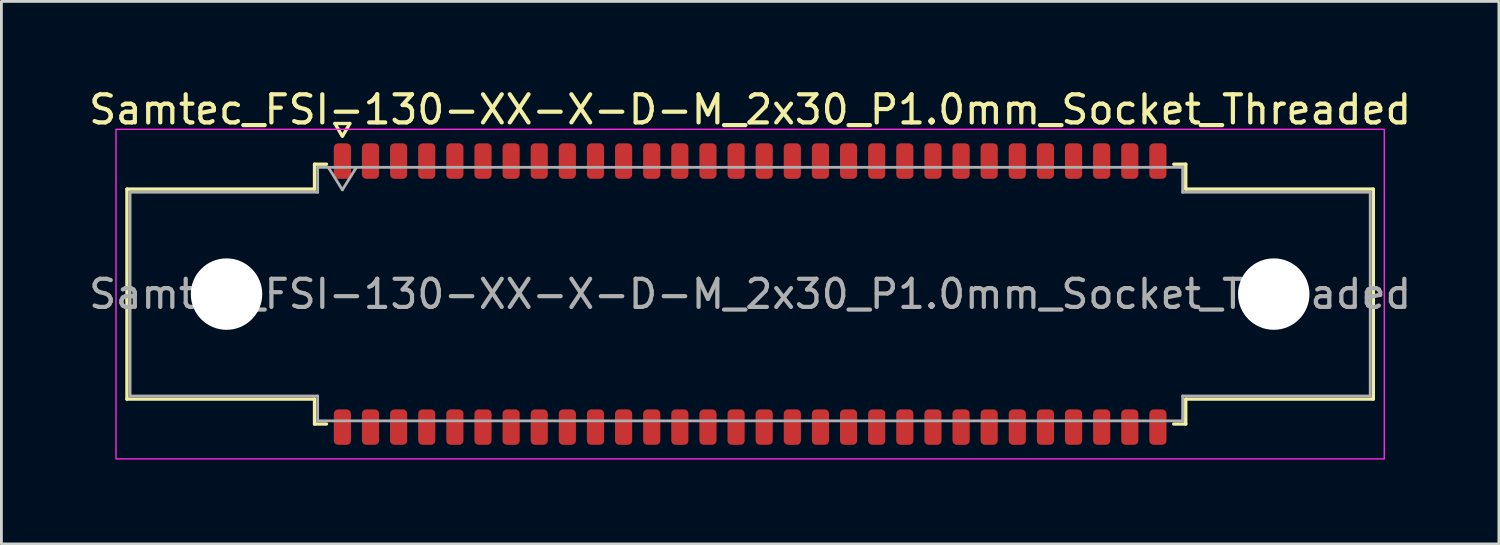
<source format=kicad_pcb>
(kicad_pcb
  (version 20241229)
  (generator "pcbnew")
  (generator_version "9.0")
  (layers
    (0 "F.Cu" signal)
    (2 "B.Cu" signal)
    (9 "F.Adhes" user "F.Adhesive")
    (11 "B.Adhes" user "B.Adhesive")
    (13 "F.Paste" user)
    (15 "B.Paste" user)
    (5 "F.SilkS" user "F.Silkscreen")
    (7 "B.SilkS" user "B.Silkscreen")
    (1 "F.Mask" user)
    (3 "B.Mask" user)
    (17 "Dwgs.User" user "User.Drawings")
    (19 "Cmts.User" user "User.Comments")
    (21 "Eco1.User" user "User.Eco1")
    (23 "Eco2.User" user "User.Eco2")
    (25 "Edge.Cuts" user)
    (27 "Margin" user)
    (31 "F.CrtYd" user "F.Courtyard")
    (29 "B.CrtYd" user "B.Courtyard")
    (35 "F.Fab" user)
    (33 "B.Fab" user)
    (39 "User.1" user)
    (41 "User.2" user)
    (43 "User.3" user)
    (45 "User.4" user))
  (footprint "Samtec_FSI-130-XX-X-D-M_2x30_P1.0mm_Socket_Threaded"
    (layer "F.Cu")
    (at 23.625 7.408)
    (property "Reference" "Samtec_FSI-130-XX-X-D-M_2x30_P1.0mm_Socket_Threaded" (at 0 -6.56 0) (layer "F.SilkS") (effects (font (size 1 1) (thickness 0.15))))
    (attr smd)
    (fp_line (start -22.16 -3.733) (end -15.49 -3.733) (stroke (width 0.12) (type solid)) (layer "F.SilkS"))
    (fp_line (start -22.16 3.733) (end -22.16 -3.733) (stroke (width 0.12) (type solid)) (layer "F.SilkS"))
    (fp_line (start -15.49 -4.619) (end -15.065 -4.619) (stroke (width 0.12) (type solid)) (layer "F.SilkS"))
    (fp_line (start -15.49 -3.733) (end -15.49 -4.619) (stroke (width 0.12) (type solid)) (layer "F.SilkS"))
    (fp_line (start -15.49 3.733) (end -22.16 3.733) (stroke (width 0.12) (type solid)) (layer "F.SilkS"))
    (fp_line (start -15.49 4.619) (end -15.49 3.733) (stroke (width 0.12) (type solid)) (layer "F.SilkS"))
    (fp_line (start -15.065 4.619) (end -15.49 4.619) (stroke (width 0.12) (type solid)) (layer "F.SilkS"))
    (fp_line (start -14.764 -6.066) (end -14.507 -5.62) (stroke (width 0.12) (type solid)) (layer "F.SilkS"))
    (fp_line (start -14.493 -5.62) (end -14.236 -6.066) (stroke (width 0.12) (type solid)) (layer "F.SilkS"))
    (fp_line (start -14.236 -6.066) (end -14.764 -6.066) (stroke (width 0.12) (type solid)) (layer "F.SilkS"))
    (fp_line (start 15.065 -4.619) (end 15.49 -4.619) (stroke (width 0.12) (type solid)) (layer "F.SilkS"))
    (fp_line (start 15.49 -4.619) (end 15.49 -3.733) (stroke (width 0.12) (type solid)) (layer "F.SilkS"))
    (fp_line (start 15.49 -3.733) (end 22.16 -3.733) (stroke (width 0.12) (type solid)) (layer "F.SilkS"))
    (fp_line (start 15.49 3.733) (end 15.49 4.619) (stroke (width 0.12) (type solid)) (layer "F.SilkS"))
    (fp_line (start 15.49 4.619) (end 15.065 4.619) (stroke (width 0.12) (type solid)) (layer "F.SilkS"))
    (fp_line (start 22.16 -3.733) (end 22.16 3.733) (stroke (width 0.12) (type solid)) (layer "F.SilkS"))
    (fp_line (start 22.16 3.733) (end 15.49 3.733) (stroke (width 0.12) (type solid)) (layer "F.SilkS"))
    (fp_rect (start -22.55 -5.86) (end 22.55 5.86) (stroke (width 0.05) (type solid)) (fill no) (layer "F.CrtYd"))
    (fp_line (start -22.05 -3.623) (end -15.38 -3.623) (stroke (width 0.1) (type solid)) (layer "F.Fab"))
    (fp_line (start -22.05 3.623) (end -22.05 -3.623) (stroke (width 0.1) (type solid)) (layer "F.Fab"))
    (fp_line (start -15.38 -4.508) (end 15.38 -4.508) (stroke (width 0.1) (type solid)) (layer "F.Fab"))
    (fp_line (start -15.38 -3.623) (end -15.38 -4.508) (stroke (width 0.1) (type solid)) (layer "F.Fab"))
    (fp_line (start -15.38 3.623) (end -22.05 3.623) (stroke (width 0.1) (type solid)) (layer "F.Fab"))
    (fp_line (start -15.38 4.508) (end -15.38 3.623) (stroke (width 0.1) (type solid)) (layer "F.Fab"))
    (fp_line (start -15 -4.508) (end -14.5 -3.708) (stroke (width 0.1) (type solid)) (layer "F.Fab"))
    (fp_line (start -14.5 -3.708) (end -14 -4.508) (stroke (width 0.1) (type solid)) (layer "F.Fab"))
    (fp_line (start 15.38 -4.508) (end 15.38 -3.623) (stroke (width 0.1) (type solid)) (layer "F.Fab"))
    (fp_line (start 15.38 -3.623) (end 22.05 -3.623) (stroke (width 0.1) (type solid)) (layer "F.Fab"))
    (fp_line (start 15.38 3.623) (end 15.38 4.508) (stroke (width 0.1) (type solid)) (layer "F.Fab"))
    (fp_line (start 15.38 4.508) (end -15.38 4.508) (stroke (width 0.1) (type solid)) (layer "F.Fab"))
    (fp_line (start 22.05 -3.623) (end 22.05 3.623) (stroke (width 0.1) (type solid)) (layer "F.Fab"))
    (fp_line (start 22.05 3.623) (end 15.38 3.623) (stroke (width 0.1) (type solid)) (layer "F.Fab"))
    (fp_text user "${REFERENCE}" (at 0 0 0) (layer "F.Fab") (effects (font (size 1 1) (thickness 0.15))))
    (pad "" np_thru_hole circle (at -18.62 0) (size 2.54 2.54) (drill 2.54) (layers "*.Cu" "*.Mask"))
    (pad "" np_thru_hole circle (at 18.62 0) (size 2.54 2.54) (drill 2.54) (layers "*.Cu" "*.Mask"))
    (pad "1" smd roundrect (at -14.5 -4.73) (size 0.61 1.26) (layers "F.Cu" "F.Mask" "F.Paste") (roundrect_rratio 0.25))
    (pad "2" smd roundrect (at -14.5 4.73) (size 0.61 1.26) (layers "F.Cu" "F.Mask" "F.Paste") (roundrect_rratio 0.25))
    (pad "3" smd roundrect (at -13.5 -4.73) (size 0.61 1.26) (layers "F.Cu" "F.Mask" "F.Paste") (roundrect_rratio 0.25))
    (pad "4" smd roundrect (at -13.5 4.73) (size 0.61 1.26) (layers "F.Cu" "F.Mask" "F.Paste") (roundrect_rratio 0.25))
    (pad "5" smd roundrect (at -12.5 -4.73) (size 0.61 1.26) (layers "F.Cu" "F.Mask" "F.Paste") (roundrect_rratio 0.25))
    (pad "6" smd roundrect (at -12.5 4.73) (size 0.61 1.26) (layers "F.Cu" "F.Mask" "F.Paste") (roundrect_rratio 0.25))
    (pad "7" smd roundrect (at -11.5 -4.73) (size 0.61 1.26) (layers "F.Cu" "F.Mask" "F.Paste") (roundrect_rratio 0.25))
    (pad "8" smd roundrect (at -11.5 4.73) (size 0.61 1.26) (layers "F.Cu" "F.Mask" "F.Paste") (roundrect_rratio 0.25))
    (pad "9" smd roundrect (at -10.5 -4.73) (size 0.61 1.26) (layers "F.Cu" "F.Mask" "F.Paste") (roundrect_rratio 0.25))
    (pad "10" smd roundrect (at -10.5 4.73) (size 0.61 1.26) (layers "F.Cu" "F.Mask" "F.Paste") (roundrect_rratio 0.25))
    (pad "11" smd roundrect (at -9.5 -4.73) (size 0.61 1.26) (layers "F.Cu" "F.Mask" "F.Paste") (roundrect_rratio 0.25))
    (pad "12" smd roundrect (at -9.5 4.73) (size 0.61 1.26) (layers "F.Cu" "F.Mask" "F.Paste") (roundrect_rratio 0.25))
    (pad "13" smd roundrect (at -8.5 -4.73) (size 0.61 1.26) (layers "F.Cu" "F.Mask" "F.Paste") (roundrect_rratio 0.25))
    (pad "14" smd roundrect (at -8.5 4.73) (size 0.61 1.26) (layers "F.Cu" "F.Mask" "F.Paste") (roundrect_rratio 0.25))
    (pad "15" smd roundrect (at -7.5 -4.73) (size 0.61 1.26) (layers "F.Cu" "F.Mask" "F.Paste") (roundrect_rratio 0.25))
    (pad "16" smd roundrect (at -7.5 4.73) (size 0.61 1.26) (layers "F.Cu" "F.Mask" "F.Paste") (roundrect_rratio 0.25))
    (pad "17" smd roundrect (at -6.5 -4.73) (size 0.61 1.26) (layers "F.Cu" "F.Mask" "F.Paste") (roundrect_rratio 0.25))
    (pad "18" smd roundrect (at -6.5 4.73) (size 0.61 1.26) (layers "F.Cu" "F.Mask" "F.Paste") (roundrect_rratio 0.25))
    (pad "19" smd roundrect (at -5.5 -4.73) (size 0.61 1.26) (layers "F.Cu" "F.Mask" "F.Paste") (roundrect_rratio 0.25))
    (pad "20" smd roundrect (at -5.5 4.73) (size 0.61 1.26) (layers "F.Cu" "F.Mask" "F.Paste") (roundrect_rratio 0.25))
    (pad "21" smd roundrect (at -4.5 -4.73) (size 0.61 1.26) (layers "F.Cu" "F.Mask" "F.Paste") (roundrect_rratio 0.25))
    (pad "22" smd roundrect (at -4.5 4.73) (size 0.61 1.26) (layers "F.Cu" "F.Mask" "F.Paste") (roundrect_rratio 0.25))
    (pad "23" smd roundrect (at -3.5 -4.73) (size 0.61 1.26) (layers "F.Cu" "F.Mask" "F.Paste") (roundrect_rratio 0.25))
    (pad "24" smd roundrect (at -3.5 4.73) (size 0.61 1.26) (layers "F.Cu" "F.Mask" "F.Paste") (roundrect_rratio 0.25))
    (pad "25" smd roundrect (at -2.5 -4.73) (size 0.61 1.26) (layers "F.Cu" "F.Mask" "F.Paste") (roundrect_rratio 0.25))
    (pad "26" smd roundrect (at -2.5 4.73) (size 0.61 1.26) (layers "F.Cu" "F.Mask" "F.Paste") (roundrect_rratio 0.25))
    (pad "27" smd roundrect (at -1.5 -4.73) (size 0.61 1.26) (layers "F.Cu" "F.Mask" "F.Paste") (roundrect_rratio 0.25))
    (pad "28" smd roundrect (at -1.5 4.73) (size 0.61 1.26) (layers "F.Cu" "F.Mask" "F.Paste") (roundrect_rratio 0.25))
    (pad "29" smd roundrect (at -0.5 -4.73) (size 0.61 1.26) (layers "F.Cu" "F.Mask" "F.Paste") (roundrect_rratio 0.25))
    (pad "30" smd roundrect (at -0.5 4.73) (size 0.61 1.26) (layers "F.Cu" "F.Mask" "F.Paste") (roundrect_rratio 0.25))
    (pad "31" smd roundrect (at 0.5 -4.73) (size 0.61 1.26) (layers "F.Cu" "F.Mask" "F.Paste") (roundrect_rratio 0.25))
    (pad "32" smd roundrect (at 0.5 4.73) (size 0.61 1.26) (layers "F.Cu" "F.Mask" "F.Paste") (roundrect_rratio 0.25))
    (pad "33" smd roundrect (at 1.5 -4.73) (size 0.61 1.26) (layers "F.Cu" "F.Mask" "F.Paste") (roundrect_rratio 0.25))
    (pad "34" smd roundrect (at 1.5 4.73) (size 0.61 1.26) (layers "F.Cu" "F.Mask" "F.Paste") (roundrect_rratio 0.25))
    (pad "35" smd roundrect (at 2.5 -4.73) (size 0.61 1.26) (layers "F.Cu" "F.Mask" "F.Paste") (roundrect_rratio 0.25))
    (pad "36" smd roundrect (at 2.5 4.73) (size 0.61 1.26) (layers "F.Cu" "F.Mask" "F.Paste") (roundrect_rratio 0.25))
    (pad "37" smd roundrect (at 3.5 -4.73) (size 0.61 1.26) (layers "F.Cu" "F.Mask" "F.Paste") (roundrect_rratio 0.25))
    (pad "38" smd roundrect (at 3.5 4.73) (size 0.61 1.26) (layers "F.Cu" "F.Mask" "F.Paste") (roundrect_rratio 0.25))
    (pad "39" smd roundrect (at 4.5 -4.73) (size 0.61 1.26) (layers "F.Cu" "F.Mask" "F.Paste") (roundrect_rratio 0.25))
    (pad "40" smd roundrect (at 4.5 4.73) (size 0.61 1.26) (layers "F.Cu" "F.Mask" "F.Paste") (roundrect_rratio 0.25))
    (pad "41" smd roundrect (at 5.5 -4.73) (size 0.61 1.26) (layers "F.Cu" "F.Mask" "F.Paste") (roundrect_rratio 0.25))
    (pad "42" smd roundrect (at 5.5 4.73) (size 0.61 1.26) (layers "F.Cu" "F.Mask" "F.Paste") (roundrect_rratio 0.25))
    (pad "43" smd roundrect (at 6.5 -4.73) (size 0.61 1.26) (layers "F.Cu" "F.Mask" "F.Paste") (roundrect_rratio 0.25))
    (pad "44" smd roundrect (at 6.5 4.73) (size 0.61 1.26) (layers "F.Cu" "F.Mask" "F.Paste") (roundrect_rratio 0.25))
    (pad "45" smd roundrect (at 7.5 -4.73) (size 0.61 1.26) (layers "F.Cu" "F.Mask" "F.Paste") (roundrect_rratio 0.25))
    (pad "46" smd roundrect (at 7.5 4.73) (size 0.61 1.26) (layers "F.Cu" "F.Mask" "F.Paste") (roundrect_rratio 0.25))
    (pad "47" smd roundrect (at 8.5 -4.73) (size 0.61 1.26) (layers "F.Cu" "F.Mask" "F.Paste") (roundrect_rratio 0.25))
    (pad "48" smd roundrect (at 8.5 4.73) (size 0.61 1.26) (layers "F.Cu" "F.Mask" "F.Paste") (roundrect_rratio 0.25))
    (pad "49" smd roundrect (at 9.5 -4.73) (size 0.61 1.26) (layers "F.Cu" "F.Mask" "F.Paste") (roundrect_rratio 0.25))
    (pad "50" smd roundrect (at 9.5 4.73) (size 0.61 1.26) (layers "F.Cu" "F.Mask" "F.Paste") (roundrect_rratio 0.25))
    (pad "51" smd roundrect (at 10.5 -4.73) (size 0.61 1.26) (layers "F.Cu" "F.Mask" "F.Paste") (roundrect_rratio 0.25))
    (pad "52" smd roundrect (at 10.5 4.73) (size 0.61 1.26) (layers "F.Cu" "F.Mask" "F.Paste") (roundrect_rratio 0.25))
    (pad "53" smd roundrect (at 11.5 -4.73) (size 0.61 1.26) (layers "F.Cu" "F.Mask" "F.Paste") (roundrect_rratio 0.25))
    (pad "54" smd roundrect (at 11.5 4.73) (size 0.61 1.26) (layers "F.Cu" "F.Mask" "F.Paste") (roundrect_rratio 0.25))
    (pad "55" smd roundrect (at 12.5 -4.73) (size 0.61 1.26) (layers "F.Cu" "F.Mask" "F.Paste") (roundrect_rratio 0.25))
    (pad "56" smd roundrect (at 12.5 4.73) (size 0.61 1.26) (layers "F.Cu" "F.Mask" "F.Paste") (roundrect_rratio 0.25))
    (pad "57" smd roundrect (at 13.5 -4.73) (size 0.61 1.26) (layers "F.Cu" "F.Mask" "F.Paste") (roundrect_rratio 0.25))
    (pad "58" smd roundrect (at 13.5 4.73) (size 0.61 1.26) (layers "F.Cu" "F.Mask" "F.Paste") (roundrect_rratio 0.25))
    (pad "59" smd roundrect (at 14.5 -4.73) (size 0.61 1.26) (layers "F.Cu" "F.Mask" "F.Paste") (roundrect_rratio 0.25))
    (pad "60" smd roundrect (at 14.5 4.73) (size 0.61 1.26) (layers "F.Cu" "F.Mask" "F.Paste") (roundrect_rratio 0.25)))
  (gr_rect
    (start -3 -3)
    (end 50.25 16.293)
    (stroke (width 0.1) (type default))
    (fill no)
    (layer "Edge.Cuts")))
</source>
